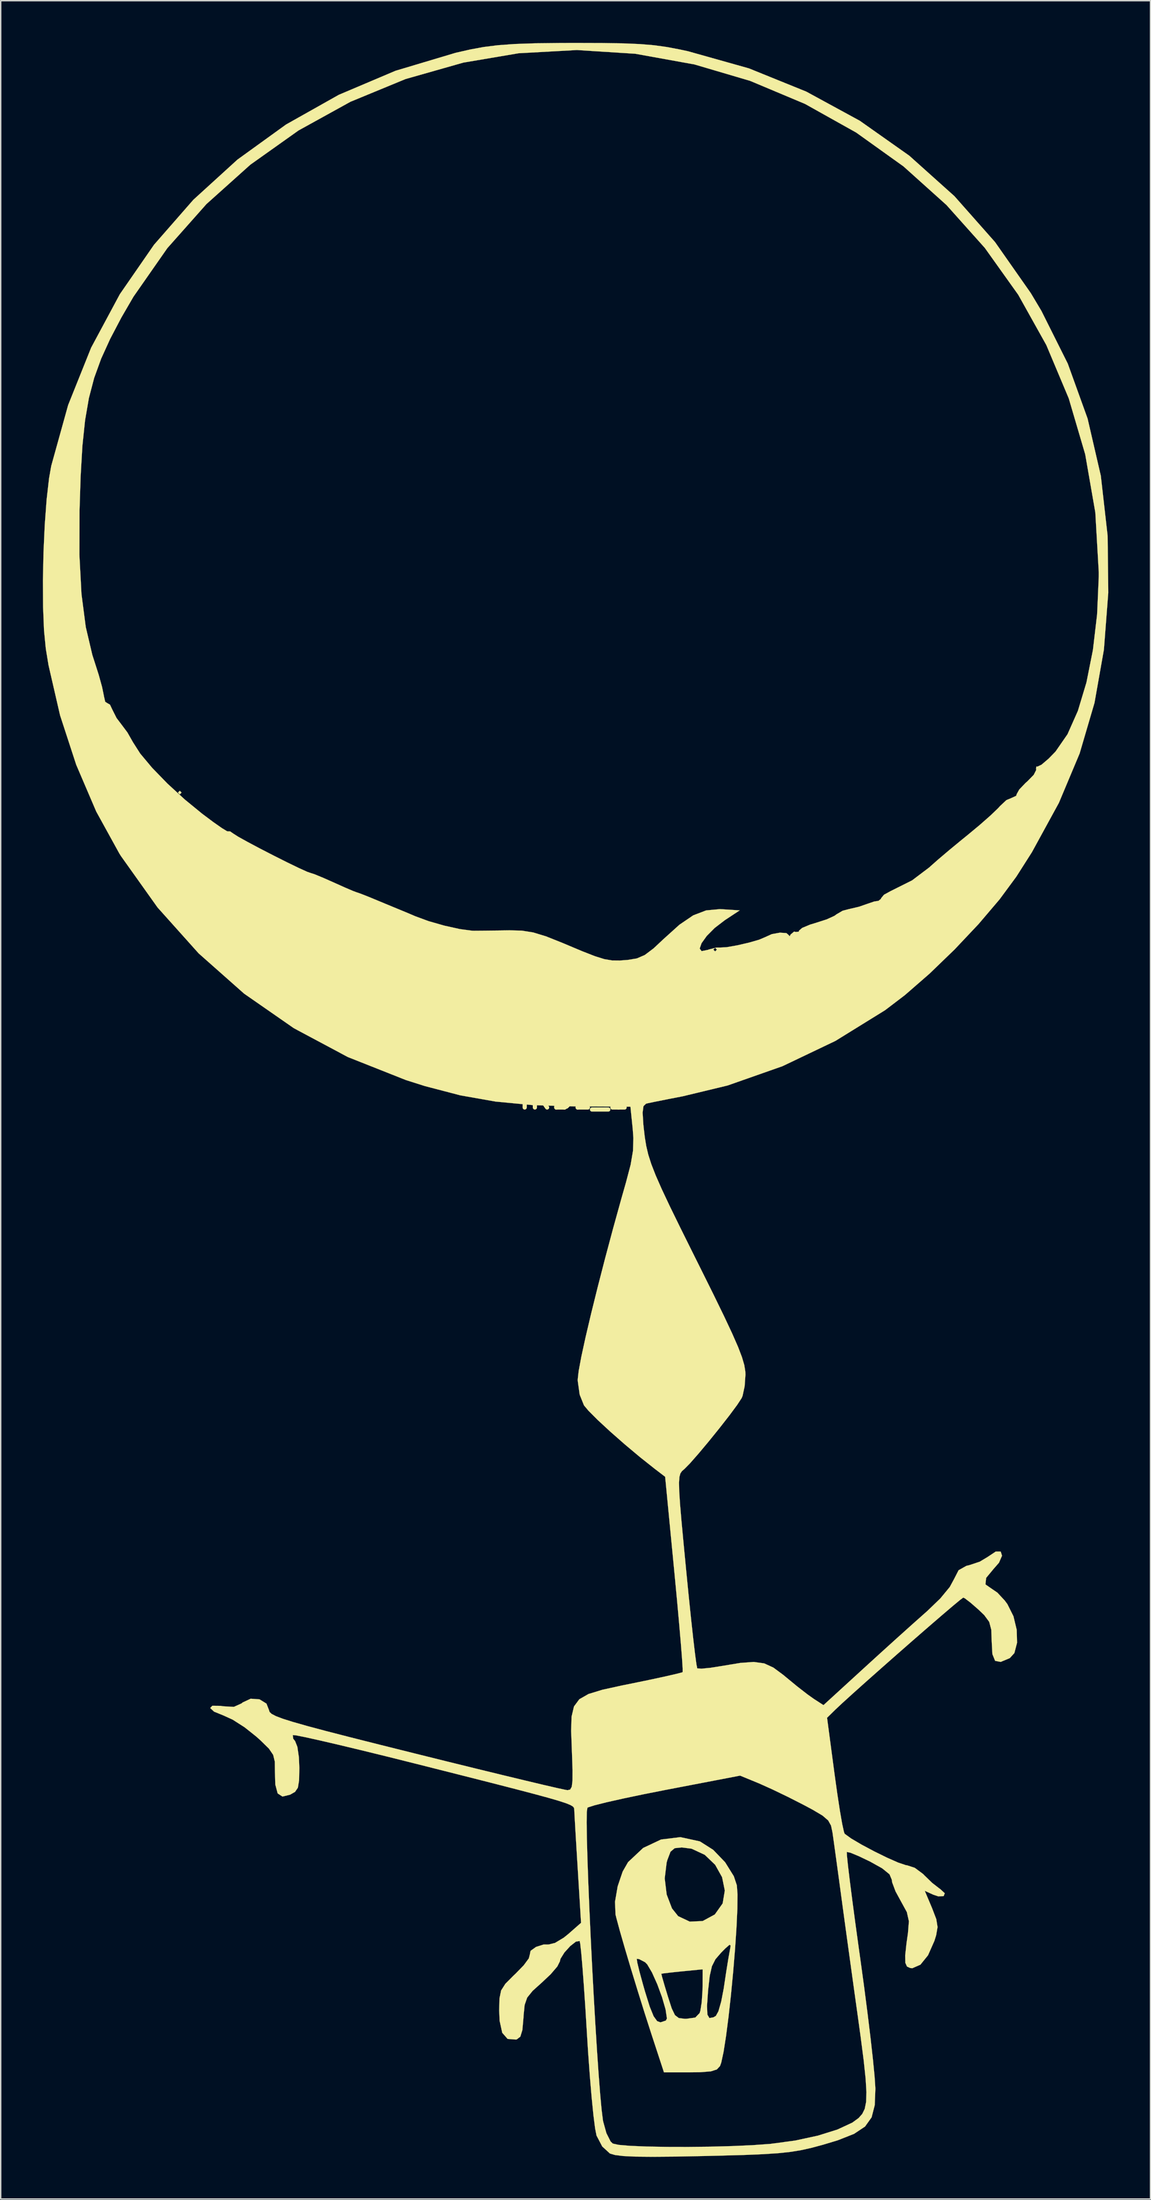
<source format=kicad_pcb>
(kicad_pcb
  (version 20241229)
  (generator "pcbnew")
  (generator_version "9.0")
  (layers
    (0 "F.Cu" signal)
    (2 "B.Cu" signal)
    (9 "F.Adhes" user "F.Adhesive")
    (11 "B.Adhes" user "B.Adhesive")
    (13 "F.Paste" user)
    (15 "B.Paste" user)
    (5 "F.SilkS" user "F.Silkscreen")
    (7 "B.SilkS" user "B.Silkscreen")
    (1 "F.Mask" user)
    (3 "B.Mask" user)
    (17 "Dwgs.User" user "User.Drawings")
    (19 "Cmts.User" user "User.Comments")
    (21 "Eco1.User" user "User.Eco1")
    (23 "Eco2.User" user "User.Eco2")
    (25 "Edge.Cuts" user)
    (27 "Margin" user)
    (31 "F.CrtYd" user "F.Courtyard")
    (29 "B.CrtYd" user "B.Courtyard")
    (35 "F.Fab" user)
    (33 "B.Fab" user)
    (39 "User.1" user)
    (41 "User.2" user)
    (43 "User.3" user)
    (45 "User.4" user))
  (footprint "IRBE_1"
    (layer "F.Cu")
    (at 37.811 75.062)
    (property "Reference" "IRBE_1" (at 0 0 0) (layer "F.SilkS") (effects (font (size 1.524 1.524) (thickness 0.3))))
    (attr through_hole)
    (fp_poly (pts (xy -27.94 -21.717) (xy -28.067 -21.59) (xy -28.194 -21.717) (xy -28.067 -21.844) (xy -27.94 -21.717)) (stroke (width 0.01) (type solid)) (fill yes) (layer "F.SilkS"))
    (fp_poly (pts (xy 8.925 52.905) (xy 8.966 52.921) (xy 9.895 53.511) (xy 10.744 54.393) (xy 11.365 55.391) (xy 11.579 56.036) (xy 11.626 56.681) (xy 11.615 57.711) (xy 11.554 59.034) (xy 11.452 60.556) (xy 11.318 62.183) (xy 11.161 63.824) (xy 10.988 65.384) (xy 10.809 66.772) (xy 10.633 67.893) (xy 10.468 68.655) (xy 10.38 68.897) (xy 10.158 69.135) (xy 9.732 69.273) (xy 8.989 69.333) (xy 8.267 69.342) (xy 6.392 69.342) (xy 5.497 66.612) (xy 5.022 65.136) (xy 4.528 63.557) (xy 4.047 61.984) (xy 3.831 61.26) (xy 4.455 61.26) (xy 4.491 61.523) (xy 4.645 62.159) (xy 4.889 63.055) (xy 5.034 63.563) (xy 5.378 64.668) (xy 5.657 65.354) (xy 5.908 65.7) (xy 6.143 65.786) (xy 6.529 65.659) (xy 6.604 65.508) (xy 6.507 64.865) (xy 6.258 64.003) (xy 5.918 63.078) (xy 5.582 62.329) (xy 6.203 62.329) (xy 6.261 62.565) (xy 6.432 63.157) (xy 6.67 63.944) (xy 6.946 64.798) (xy 7.175 65.273) (xy 7.449 65.481) (xy 7.86 65.531) (xy 7.993 65.532) (xy 8.623 65.446) (xy 8.929 65.126) (xy 8.984 64.96) (xy 9.038 64.616) (xy 9.456 64.616) (xy 9.482 65.233) (xy 9.627 65.482) (xy 9.912 65.429) (xy 10.086 65.329) (xy 10.268 64.998) (xy 10.467 64.303) (xy 10.644 63.384) (xy 10.666 63.238) (xy 10.819 62.218) (xy 10.963 61.321) (xy 11.068 60.731) (xy 11.074 60.706) (xy 11.14 60.324) (xy 11.06 60.261) (xy 10.751 60.534) (xy 10.455 60.833) (xy 10.057 61.295) (xy 9.805 61.794) (xy 9.648 62.485) (xy 9.532 63.524) (xy 9.529 63.563) (xy 9.456 64.616) (xy 9.038 64.616) (xy 9.079 64.356) (xy 9.135 63.519) (xy 9.141 63.201) (xy 9.144 62.013) (xy 7.684 62.156) (xy 6.896 62.238) (xy 6.358 62.302) (xy 6.203 62.329) (xy 5.582 62.329) (xy 5.546 62.247) (xy 5.203 61.665) (xy 5.048 61.507) (xy 4.624 61.286) (xy 4.455 61.26) (xy 3.831 61.26) (xy 3.612 60.524) (xy 3.255 59.285) (xy 3.009 58.375) (xy 2.944 58.11) (xy 2.909 57.202) (xy 3.098 56.106) (xy 3.288 55.543) (xy 6.446 55.543) (xy 6.585 56.69) (xy 6.962 57.678) (xy 7.402 58.23) (xy 8.226 58.619) (xy 9.147 58.578) (xy 10.006 58.113) (xy 10.017 58.102) (xy 10.57 57.322) (xy 10.723 56.407) (xy 10.529 55.458) (xy 10.037 54.577) (xy 9.297 53.867) (xy 8.36 53.43) (xy 7.663 53.34) (xy 7.156 53.393) (xy 6.859 53.643) (xy 6.637 54.225) (xy 6.582 54.419) (xy 6.446 55.543) (xy 3.288 55.543) (xy 3.454 55.055) (xy 3.838 54.385) (xy 4.911 53.378) (xy 6.186 52.776) (xy 7.559 52.608) (xy 8.925 52.905)) (stroke (width 0.01) (type solid)) (fill yes) (layer "F.SilkS"))
    (fp_poly (pts (xy 2.02 -75.05) (xy 3.509 -75.026) (xy 4.7 -74.975) (xy 5.698 -74.891) (xy 6.607 -74.765) (xy 7.532 -74.589) (xy 8.098 -74.467) (xy 12.437 -73.247) (xy 16.521 -71.593) (xy 20.331 -69.518) (xy 23.851 -67.034) (xy 27.064 -64.154) (xy 29.953 -60.889) (xy 32.502 -57.252) (xy 33.252 -55.995) (xy 35.131 -52.238) (xy 36.54 -48.333) (xy 37.483 -44.257) (xy 37.967 -39.987) (xy 38.013 -35.941) (xy 37.702 -31.886) (xy 37.033 -28.102) (xy 35.975 -24.5) (xy 34.5 -20.988) (xy 32.579 -17.476) (xy 31.471 -15.736) (xy 30.282 -14.124) (xy 28.779 -12.358) (xy 27.078 -10.556) (xy 25.294 -8.834) (xy 23.543 -7.31) (xy 22.129 -6.233) (xy 18.598 -4.049) (xy 14.828 -2.249) (xy 10.922 -0.876) (xy 7.729 -0.107) (xy 6.683 0.095) (xy 5.808 0.27) (xy 5.238 0.389) (xy 5.119 0.418) (xy 4.935 0.594) (xy 4.873 1.053) (xy 4.925 1.893) (xy 4.946 2.097) (xy 5.027 2.793) (xy 5.129 3.42) (xy 5.275 4.043) (xy 5.492 4.721) (xy 5.803 5.518) (xy 6.233 6.495) (xy 6.808 7.715) (xy 7.553 9.239) (xy 8.492 11.13) (xy 8.926 12) (xy 9.903 13.967) (xy 10.67 15.541) (xy 11.25 16.777) (xy 11.668 17.731) (xy 11.946 18.46) (xy 12.11 19.021) (xy 12.182 19.469) (xy 12.192 19.7) (xy 12.134 20.526) (xy 11.988 21.207) (xy 11.922 21.366) (xy 11.603 21.853) (xy 11.048 22.602) (xy 10.345 23.502) (xy 9.584 24.444) (xy 8.853 25.317) (xy 8.242 26.013) (xy 7.84 26.42) (xy 7.82 26.436) (xy 7.671 26.566) (xy 7.561 26.728) (xy 7.491 26.981) (xy 7.463 27.386) (xy 7.477 28.002) (xy 7.535 28.888) (xy 7.638 30.105) (xy 7.788 31.71) (xy 7.975 33.652) (xy 8.153 35.457) (xy 8.323 37.093) (xy 8.476 38.492) (xy 8.606 39.586) (xy 8.703 40.31) (xy 8.762 40.597) (xy 8.763 40.597) (xy 9.06 40.622) (xy 9.711 40.557) (xy 10.508 40.43) (xy 11.826 40.212) (xy 12.786 40.142) (xy 13.525 40.244) (xy 14.177 40.542) (xy 14.878 41.06) (xy 15.086 41.233) (xy 15.873 41.881) (xy 16.612 42.454) (xy 17.064 42.775) (xy 17.745 43.215) (xy 20.62 40.585) (xy 21.787 39.521) (xy 22.979 38.442) (xy 24.074 37.458) (xy 24.95 36.679) (xy 25.127 36.523) (xy 26.062 35.622) (xy 26.732 34.809) (xy 27.032 34.256) (xy 27.361 33.616) (xy 27.917 33.303) (xy 28.141 33.25) (xy 28.871 33.006) (xy 29.431 32.669) (xy 30.005 32.287) (xy 30.36 32.29) (xy 30.451 32.585) (xy 30.235 33.081) (xy 29.845 33.528) (xy 29.321 34.161) (xy 29.273 34.626) (xy 29.689 34.916) (xy 30.121 35.21) (xy 30.641 35.769) (xy 30.832 36.026) (xy 31.265 36.891) (xy 31.497 37.857) (xy 31.521 38.778) (xy 31.331 39.509) (xy 31.005 39.869) (xy 30.354 40.14) (xy 29.96 40.063) (xy 29.767 39.587) (xy 29.718 38.706) (xy 29.688 37.85) (xy 29.54 37.29) (xy 29.187 36.811) (xy 28.779 36.42) (xy 28.213 35.926) (xy 27.806 35.615) (xy 27.695 35.56) (xy 27.478 35.72) (xy 26.946 36.161) (xy 26.163 36.829) (xy 25.194 37.665) (xy 24.102 38.615) (xy 22.953 39.622) (xy 21.811 40.629) (xy 20.738 41.581) (xy 19.801 42.42) (xy 19.063 43.091) (xy 18.588 43.537) (xy 18 44.115) (xy 18.537 48.155) (xy 18.73 49.534) (xy 18.914 50.733) (xy 19.076 51.663) (xy 19.201 52.233) (xy 19.252 52.368) (xy 19.705 52.698) (xy 20.45 53.137) (xy 21.348 53.616) (xy 22.264 54.066) (xy 23.058 54.417) (xy 23.595 54.599) (xy 23.685 54.61) (xy 24.242 54.791) (xy 24.837 55.233) (xy 24.909 55.309) (xy 25.479 55.862) (xy 26.007 56.272) (xy 26.046 56.295) (xy 26.376 56.6) (xy 26.298 56.802) (xy 25.909 56.82) (xy 25.558 56.702) (xy 24.952 56.426) (xy 25.475 57.664) (xy 25.773 58.442) (xy 25.864 59.005) (xy 25.763 59.591) (xy 25.638 59.992) (xy 25.186 61.012) (xy 24.643 61.683) (xy 24.071 61.933) (xy 23.924 61.921) (xy 23.689 61.814) (xy 23.57 61.549) (xy 23.56 61.031) (xy 23.653 60.166) (xy 23.76 59.413) (xy 23.824 58.592) (xy 23.679 57.942) (xy 23.27 57.195) (xy 22.874 56.469) (xy 22.637 55.837) (xy 22.606 55.635) (xy 22.445 55.252) (xy 21.921 54.825) (xy 21.056 54.343) (xy 20.269 53.966) (xy 19.678 53.721) (xy 19.408 53.66) (xy 19.406 53.661) (xy 19.415 53.928) (xy 19.488 54.635) (xy 19.619 55.72) (xy 19.798 57.118) (xy 20.018 58.768) (xy 20.271 60.606) (xy 20.36 61.234) (xy 20.633 63.227) (xy 20.881 65.148) (xy 21.096 66.914) (xy 21.266 68.441) (xy 21.383 69.646) (xy 21.436 70.445) (xy 21.438 70.531) (xy 21.392 71.68) (xy 21.17 72.544) (xy 20.703 73.199) (xy 19.92 73.72) (xy 18.751 74.181) (xy 17.706 74.496) (xy 16.916 74.709) (xy 16.183 74.874) (xy 15.423 75) (xy 14.548 75.094) (xy 13.47 75.165) (xy 12.104 75.222) (xy 10.362 75.271) (xy 9.271 75.297) (xy 7.202 75.338) (xy 5.585 75.353) (xy 4.366 75.34) (xy 3.492 75.298) (xy 2.906 75.225) (xy 2.555 75.121) (xy 2.54 75.113) (xy 1.998 74.616) (xy 1.595 73.846) (xy 1.592 73.838) (xy 1.491 73.324) (xy 1.372 72.385) (xy 1.244 71.102) (xy 1.114 69.557) (xy 0.989 67.833) (xy 0.907 66.514) (xy 0.8 64.766) (xy 0.693 63.19) (xy 0.593 61.856) (xy 0.505 60.833) (xy 0.434 60.191) (xy 0.393 59.998) (xy 0.129 60.04) (xy -0.279 60.359) (xy -0.692 60.815) (xy -0.971 61.263) (xy -1.016 61.449) (xy -1.198 61.812) (xy -1.672 62.364) (xy -2.274 62.932) (xy -2.957 63.547) (xy -3.342 64.025) (xy -3.523 64.547) (xy -3.598 65.297) (xy -3.607 65.469) (xy -3.685 66.333) (xy -3.829 66.804) (xy -4.081 66.997) (xy -4.14 67.011) (xy -4.736 66.964) (xy -5.117 66.528) (xy -5.305 65.668) (xy -5.334 64.947) (xy -5.314 64.086) (xy -5.197 63.516) (xy -4.895 63.042) (xy -4.319 62.464) (xy -4.169 62.323) (xy -3.586 61.723) (xy -3.225 61.234) (xy -3.16 60.985) (xy -3.1 60.697) (xy -2.715 60.42) (xy -2.181 60.25) (xy -1.81 60.247) (xy -1.36 60.134) (xy -0.74 59.761) (xy -0.431 59.514) (xy 0.492 58.704) (xy 0.253 54.815) (xy 0.169 53.445) (xy 0.097 52.245) (xy 0.058 51.562) (xy 0.89 51.562) (xy 0.906 52.686) (xy 0.946 54.127) (xy 1.006 55.82) (xy 1.084 57.704) (xy 1.176 59.713) (xy 1.279 61.786) (xy 1.39 63.858) (xy 1.506 65.866) (xy 1.623 67.746) (xy 1.739 69.436) (xy 1.85 70.871) (xy 1.953 71.988) (xy 2.045 72.725) (xy 2.063 72.832) (xy 2.296 73.672) (xy 2.594 74.262) (xy 2.748 74.411) (xy 3.163 74.503) (xy 3.996 74.574) (xy 5.155 74.622) (xy 6.551 74.647) (xy 8.094 74.651) (xy 9.694 74.632) (xy 11.259 74.59) (xy 12.7 74.525) (xy 13.927 74.437) (xy 13.97 74.433) (xy 15.721 74.198) (xy 17.346 73.848) (xy 18.739 73.412) (xy 19.796 72.922) (xy 20.247 72.593) (xy 20.503 72.303) (xy 20.68 71.943) (xy 20.78 71.447) (xy 20.802 70.753) (xy 20.745 69.795) (xy 20.609 68.509) (xy 20.392 66.832) (xy 20.191 65.374) (xy 19.934 63.534) (xy 19.654 61.511) (xy 19.377 59.504) (xy 19.132 57.711) (xy 19.039 57.023) (xy 18.847 55.605) (xy 18.667 54.29) (xy 18.516 53.196) (xy 18.41 52.442) (xy 18.384 52.264) (xy 18.283 51.786) (xy 18.08 51.42) (xy 17.68 51.075) (xy 16.986 50.662) (xy 16.298 50.295) (xy 15.209 49.741) (xy 14.106 49.21) (xy 13.202 48.803) (xy 13.081 48.752) (xy 11.811 48.23) (xy 6.503 49.248) (xy 4.916 49.562) (xy 3.494 49.86) (xy 2.315 50.125) (xy 1.456 50.341) (xy 0.994 50.487) (xy 0.943 50.518) (xy 0.901 50.818) (xy 0.89 51.562) (xy 0.058 51.562) (xy 0.043 51.311) (xy 0.012 50.738) (xy 0.007 50.617) (xy -0.012 50.521) (xy -0.09 50.426) (xy -0.272 50.319) (xy -0.597 50.188) (xy -1.109 50.021) (xy -1.849 49.806) (xy -2.859 49.532) (xy -4.182 49.185) (xy -5.859 48.754) (xy -7.932 48.228) (xy -10.444 47.593) (xy -11.28 47.382) (xy -13.29 46.879) (xy -15.142 46.425) (xy -16.777 46.033) (xy -18.14 45.716) (xy -19.174 45.487) (xy -19.821 45.36) (xy -20.026 45.342) (xy -19.993 45.604) (xy -19.859 45.775) (xy -19.698 46.18) (xy -19.589 46.928) (xy -19.558 47.681) (xy -19.576 48.57) (xy -19.662 49.092) (xy -19.864 49.386) (xy -20.211 49.585) (xy -20.757 49.72) (xy -21.1 49.496) (xy -21.268 48.866) (xy -21.295 47.907) (xy -21.303 47.236) (xy -21.419 46.754) (xy -21.725 46.306) (xy -22.302 45.74) (xy -22.616 45.457) (xy -23.45 44.793) (xy -24.302 44.248) (xy -24.936 43.959) (xy -25.627 43.677) (xy -25.901 43.42) (xy -25.749 43.259) (xy -25.166 43.266) (xy -24.994 43.295) (xy -24.221 43.341) (xy -23.671 43.093) (xy -23.589 43.023) (xy -23.016 42.757) (xy -22.391 42.803) (xy -21.897 43.107) (xy -21.717 43.568) (xy -21.677 43.701) (xy -21.529 43.839) (xy -21.229 43.995) (xy -20.736 44.183) (xy -20.005 44.413) (xy -18.995 44.7) (xy -17.663 45.056) (xy -15.965 45.493) (xy -13.859 46.025) (xy -11.303 46.663) (xy -9.072 47.217) (xy -6.985 47.73) (xy -5.095 48.191) (xy -3.456 48.586) (xy -2.122 48.903) (xy -1.145 49.128) (xy -0.579 49.249) (xy -0.465 49.267) (xy -0.283 49.222) (xy -0.169 49.021) (xy -0.116 48.58) (xy -0.114 47.814) (xy -0.154 46.638) (xy -0.163 46.419) (xy -0.213 45.05) (xy -0.184 44.038) (xy -0.012 43.31) (xy 0.368 42.796) (xy 1.022 42.423) (xy 2.014 42.119) (xy 3.41 41.814) (xy 4.158 41.663) (xy 5.419 41.403) (xy 6.489 41.172) (xy 7.276 40.991) (xy 7.687 40.881) (xy 7.724 40.864) (xy 7.723 40.596) (xy 7.678 39.888) (xy 7.593 38.807) (xy 7.473 37.418) (xy 7.326 35.788) (xy 7.155 33.982) (xy 7.144 33.867) (xy 6.477 26.967) (xy 5.715 26.384) (xy 4.682 25.564) (xy 3.605 24.661) (xy 2.575 23.756) (xy 1.683 22.931) (xy 1.02 22.267) (xy 0.7 21.885) (xy 0.394 21.123) (xy 0.257 20.15) (xy 0.255 20.036) (xy 0.323 19.434) (xy 0.514 18.41) (xy 0.814 17.032) (xy 1.206 15.366) (xy 1.674 13.479) (xy 2.2 11.437) (xy 2.769 9.308) (xy 3.365 7.158) (xy 3.688 6.025) (xy 4.021 4.758) (xy 4.189 3.769) (xy 4.216 2.865) (xy 4.169 2.215) (xy 4.007 0.635) (xy 0.035 0.612) (xy -2.942 0.522) (xy -5.597 0.268) (xy -8.099 -0.174) (xy -10.615 -0.831) (xy -11.972 -1.261) (xy -16.108 -2.9) (xy -19.949 -4.952) (xy -23.489 -7.412) (xy -26.724 -10.277) (xy -29.648 -13.542) (xy -32.255 -17.204) (xy -32.363 -17.375) (xy -34.012 -20.368) (xy -35.437 -23.696) (xy -36.586 -27.215) (xy -37.408 -30.783) (xy -37.601 -31.959) (xy -37.728 -33.26) (xy -37.795 -34.919) (xy -37.806 -36.807) (xy -37.769 -38.599) (xy -35.209 -38.599) (xy -35.062 -35.843) (xy -34.757 -33.495) (xy -34.29 -31.513) (xy -34.148 -31.072) (xy -33.835 -30.093) (xy -33.595 -29.225) (xy -33.476 -28.643) (xy -33.473 -28.614) (xy -33.374 -28.179) (xy -33.238 -28.089) (xy -33.034 -27.973) (xy -32.88 -27.646) (xy -32.565 -27.02) (xy -32.24 -26.592) (xy -31.795 -25.998) (xy -31.399 -25.302) (xy -30.881 -24.49) (xy -30.034 -23.479) (xy -28.947 -22.359) (xy -27.708 -21.222) (xy -26.48 -20.217) (xy -25.678 -19.616) (xy -25.052 -19.178) (xy -24.692 -18.961) (xy -24.638 -18.957) (xy -24.481 -18.953) (xy -24.266 -18.804) (xy -23.91 -18.577) (xy -23.233 -18.201) (xy -22.35 -17.732) (xy -21.372 -17.228) (xy -20.412 -16.746) (xy -19.581 -16.344) (xy -18.994 -16.078) (xy -18.772 -16.002) (xy -18.471 -15.904) (xy -17.85 -15.648) (xy -17.113 -15.321) (xy -16.325 -14.968) (xy -15.736 -14.716) (xy -15.486 -14.623) (xy -15.191 -14.522) (xy -14.595 -14.287) (xy -14.216 -14.13) (xy -13.388 -13.786) (xy -12.652 -13.482) (xy -12.446 -13.398) (xy -11.751 -13.109) (xy -11.303 -12.917) (xy -10.361 -12.57) (xy -9.237 -12.249) (xy -8.135 -12.005) (xy -7.256 -11.888) (xy -7.112 -11.884) (xy -6.366 -11.891) (xy -5.366 -11.904) (xy -4.609 -11.916) (xy -3.725 -11.894) (xy -2.917 -11.766) (xy -2.016 -11.492) (xy -0.854 -11.03) (xy -0.672 -10.953) (xy 0.581 -10.426) (xy 1.484 -10.073) (xy 2.153 -9.865) (xy 2.703 -9.773) (xy 3.25 -9.767) (xy 3.804 -9.808) (xy 4.463 -9.916) (xy 5.03 -10.162) (xy 5.654 -10.632) (xy 6.344 -11.278) (xy 7.494 -12.315) (xy 8.475 -12.982) (xy 9.393 -13.333) (xy 10.359 -13.423) (xy 10.603 -13.412) (xy 11.782 -13.335) (xy 10.723 -12.637) (xy 10.005 -12.087) (xy 9.439 -11.517) (xy 9.069 -11.002) (xy 8.933 -10.616) (xy 9.073 -10.434) (xy 9.53 -10.529) (xy 9.578 -10.55) (xy 10.029 -10.664) (xy 9.906 -10.541) (xy 10.033 -10.414) (xy 10.16 -10.541) (xy 10.035 -10.666) (xy 10.137 -10.691) (xy 10.381 -10.69) (xy 10.849 -10.715) (xy 11.602 -10.847) (xy 12.44 -11.04) (xy 13.169 -11.25) (xy 13.589 -11.429) (xy 14.067 -11.645) (xy 14.639 -11.749) (xy 15.104 -11.72) (xy 15.26 -11.585) (xy 15.339 -11.491) (xy 15.409 -11.622) (xy 15.658 -11.828) (xy 15.77 -11.798) (xy 15.989 -11.819) (xy 16.002 -11.89) (xy 16.225 -12.086) (xy 16.793 -12.323) (xy 17.209 -12.449) (xy 17.968 -12.693) (xy 18.526 -12.947) (xy 18.669 -13.053) (xy 19.106 -13.308) (xy 19.54 -13.422) (xy 20.269 -13.593) (xy 20.81 -13.781) (xy 21.354 -13.967) (xy 21.654 -14.011) (xy 21.841 -14.156) (xy 21.844 -14.199) (xy 22.053 -14.449) (xy 22.543 -14.717) (xy 24.051 -15.47) (xy 25.273 -16.392) (xy 25.347 -16.461) (xy 25.892 -16.943) (xy 26.693 -17.622) (xy 27.611 -18.379) (xy 27.976 -18.674) (xy 28.855 -19.404) (xy 29.626 -20.082) (xy 30.17 -20.603) (xy 30.308 -20.757) (xy 30.76 -21.179) (xy 31.133 -21.336) (xy 31.459 -21.488) (xy 31.496 -21.606) (xy 31.675 -21.93) (xy 32.118 -22.396) (xy 32.259 -22.519) (xy 32.708 -22.979) (xy 32.889 -23.335) (xy 32.875 -23.397) (xy 32.895 -23.574) (xy 32.976 -23.565) (xy 33.264 -23.702) (xy 33.764 -24.128) (xy 34.261 -24.638) (xy 35.113 -25.87) (xy 35.851 -27.532) (xy 36.46 -29.554) (xy 36.921 -31.866) (xy 37.219 -34.399) (xy 37.337 -37.083) (xy 37.338 -37.385) (xy 37.092 -41.647) (xy 36.372 -45.784) (xy 35.201 -49.765) (xy 33.604 -53.561) (xy 31.605 -57.139) (xy 29.228 -60.471) (xy 26.498 -63.525) (xy 23.439 -66.272) (xy 20.075 -68.679) (xy 16.431 -70.718) (xy 12.53 -72.356) (xy 8.564 -73.526) (xy 4.35 -74.287) (xy 0.195 -74.552) (xy -3.952 -74.323) (xy -7.886 -73.657) (xy -12 -72.488) (xy -15.922 -70.87) (xy -19.615 -68.83) (xy -23.042 -66.396) (xy -26.167 -63.594) (xy -28.953 -60.454) (xy -31.362 -57.001) (xy -32.22 -55.524) (xy -33.022 -53.996) (xy -33.662 -52.591) (xy -34.16 -51.218) (xy -34.535 -49.786) (xy -34.807 -48.206) (xy -34.997 -46.385) (xy -35.122 -44.234) (xy -35.201 -41.8) (xy -35.209 -38.599) (xy -37.769 -38.599) (xy -37.765 -38.795) (xy -37.676 -40.756) (xy -37.543 -42.562) (xy -37.369 -44.084) (xy -37.215 -44.958) (xy -36.011 -49.291) (xy -34.375 -53.373) (xy -32.33 -57.182) (xy -29.899 -60.697) (xy -27.102 -63.895) (xy -23.964 -66.753) (xy -20.505 -69.251) (xy -16.749 -71.365) (xy -12.718 -73.074) (xy -8.433 -74.355) (xy -7.366 -74.597) (xy -6.437 -74.768) (xy -5.429 -74.894) (xy -4.247 -74.98) (xy -2.797 -75.031) (xy -0.983 -75.054) (xy 0.127 -75.057) (xy 2.02 -75.05)) (stroke (width 0.01) (type solid)) (fill yes) (layer "F.SilkS")))
  (gr_rect
    (start -3 -3)
    (end 78.829 153.42)
    (stroke (width 0.1) (type default))
    (fill no)
    (layer "Edge.Cuts")))
</source>
